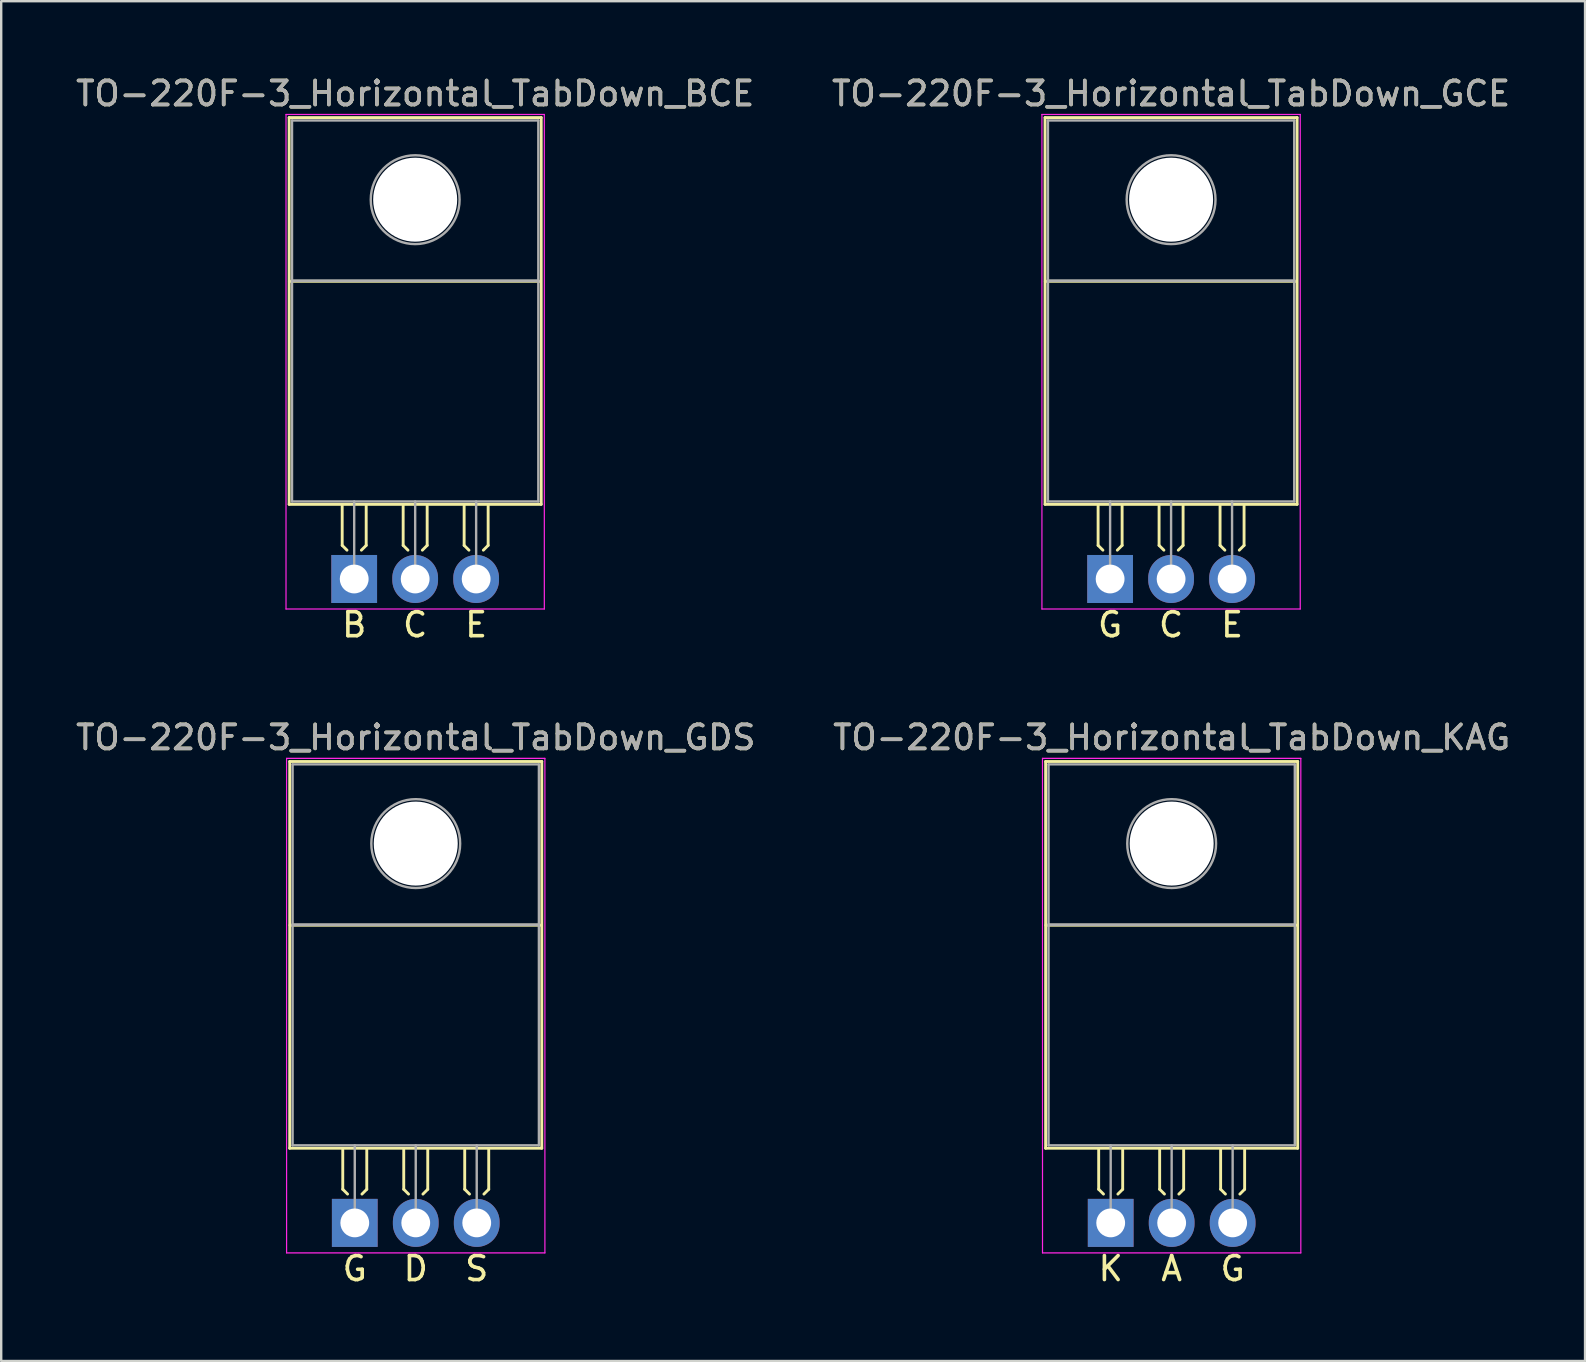
<source format=kicad_pcb>
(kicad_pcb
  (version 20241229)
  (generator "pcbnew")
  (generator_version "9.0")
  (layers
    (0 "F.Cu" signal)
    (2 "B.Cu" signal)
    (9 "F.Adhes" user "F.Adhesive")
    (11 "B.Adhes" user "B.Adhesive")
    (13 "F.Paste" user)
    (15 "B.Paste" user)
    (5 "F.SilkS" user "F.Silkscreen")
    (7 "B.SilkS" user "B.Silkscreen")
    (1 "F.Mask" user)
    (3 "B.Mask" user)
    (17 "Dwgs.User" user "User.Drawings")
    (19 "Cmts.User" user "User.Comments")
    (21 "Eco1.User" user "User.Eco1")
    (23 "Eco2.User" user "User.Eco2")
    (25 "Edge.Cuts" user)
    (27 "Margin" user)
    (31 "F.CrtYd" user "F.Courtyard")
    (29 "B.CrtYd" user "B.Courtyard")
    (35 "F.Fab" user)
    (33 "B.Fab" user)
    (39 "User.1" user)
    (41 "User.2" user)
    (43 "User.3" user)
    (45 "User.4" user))
  (footprint "TO-220F-3_Horizontal_TabDown_GDS"
    (layer "F.Cu")
    (at 11.728 47.89)
    (property "Reference" "TO-220F-3_Horizontal_TabDown_GDS" (at 2.54 -20.22 0) (layer "F.SilkS") (effects (font (size 1 1) (thickness 0.15))))
    (fp_line (start -2.71 -19.22) (end -2.71 -3.11) (stroke (width 0.12) (type solid)) (layer "F.SilkS"))
    (fp_line (start -2.71 -19.22) (end 7.79 -19.22) (stroke (width 0.12) (type solid)) (layer "F.SilkS"))
    (fp_line (start -2.71 -3.11) (end 7.79 -3.11) (stroke (width 0.12) (type solid)) (layer "F.SilkS"))
    (fp_line (start -2.7 -12.4) (end 7.75 -12.4) (stroke (width 0.12) (type solid)) (layer "F.SilkS"))
    (fp_line (start -0.5 -3.048) (end -0.5 -1.4) (stroke (width 0.12) (type solid)) (layer "F.SilkS"))
    (fp_line (start -0.5 -1.4) (end -0.3 -1.2) (stroke (width 0.12) (type solid)) (layer "F.SilkS"))
    (fp_line (start 0.5 -3.048) (end 0.5 -1.4) (stroke (width 0.12) (type solid)) (layer "F.SilkS"))
    (fp_line (start 0.5 -1.4) (end 0.3 -1.2) (stroke (width 0.12) (type solid)) (layer "F.SilkS"))
    (fp_line (start 2.04 -3.048) (end 2.04 -1.4) (stroke (width 0.12) (type solid)) (layer "F.SilkS"))
    (fp_line (start 2.04 -1.4) (end 2.24 -1.2) (stroke (width 0.12) (type solid)) (layer "F.SilkS"))
    (fp_line (start 3.04 -3.048) (end 3.04 -1.4) (stroke (width 0.12) (type solid)) (layer "F.SilkS"))
    (fp_line (start 3.04 -1.4) (end 2.84 -1.2) (stroke (width 0.12) (type solid)) (layer "F.SilkS"))
    (fp_line (start 4.58 -3.048) (end 4.58 -1.4) (stroke (width 0.12) (type solid)) (layer "F.SilkS"))
    (fp_line (start 4.58 -1.4) (end 4.78 -1.2) (stroke (width 0.12) (type solid)) (layer "F.SilkS"))
    (fp_line (start 5.58 -3.048) (end 5.58 -1.4) (stroke (width 0.12) (type solid)) (layer "F.SilkS"))
    (fp_line (start 5.58 -1.4) (end 5.38 -1.2) (stroke (width 0.12) (type solid)) (layer "F.SilkS"))
    (fp_line (start 7.79 -19.22) (end 7.79 -3.11) (stroke (width 0.12) (type solid)) (layer "F.SilkS"))
    (fp_line (start -2.84 -19.35) (end -2.84 1.25) (stroke (width 0.05) (type solid)) (layer "F.CrtYd"))
    (fp_line (start -2.84 1.25) (end 7.92 1.25) (stroke (width 0.05) (type solid)) (layer "F.CrtYd"))
    (fp_line (start 7.92 -19.35) (end -2.84 -19.35) (stroke (width 0.05) (type solid)) (layer "F.CrtYd"))
    (fp_line (start 7.92 1.25) (end 7.92 -19.35) (stroke (width 0.05) (type solid)) (layer "F.CrtYd"))
    (fp_line (start -2.59 -19.1) (end 7.67 -19.1) (stroke (width 0.1) (type solid)) (layer "F.Fab"))
    (fp_line (start -2.59 -12.42) (end -2.59 -19.1) (stroke (width 0.1) (type solid)) (layer "F.Fab"))
    (fp_line (start -2.59 -12.42) (end 7.67 -12.42) (stroke (width 0.1) (type solid)) (layer "F.Fab"))
    (fp_line (start -2.59 -3.23) (end -2.59 -12.42) (stroke (width 0.1) (type solid)) (layer "F.Fab"))
    (fp_line (start 0 -3.23) (end 0 0) (stroke (width 0.1) (type solid)) (layer "F.Fab"))
    (fp_line (start 2.54 -3.23) (end 2.54 0) (stroke (width 0.1) (type solid)) (layer "F.Fab"))
    (fp_line (start 5.08 -3.23) (end 5.08 0) (stroke (width 0.1) (type solid)) (layer "F.Fab"))
    (fp_line (start 7.67 -19.1) (end 7.67 -12.42) (stroke (width 0.1) (type solid)) (layer "F.Fab"))
    (fp_line (start 7.67 -12.42) (end -2.59 -12.42) (stroke (width 0.1) (type solid)) (layer "F.Fab"))
    (fp_line (start 7.67 -12.42) (end 7.67 -3.23) (stroke (width 0.1) (type solid)) (layer "F.Fab"))
    (fp_line (start 7.67 -3.23) (end -2.59 -3.23) (stroke (width 0.1) (type solid)) (layer "F.Fab"))
    (fp_circle (center 2.54 -15.8) (end 4.39 -15.8) (stroke (width 0.1) (type solid)) (fill no) (layer "F.Fab"))
    (fp_text user "S" (at 5.08 1.905 0) (unlocked yes) (layer "F.SilkS") (effects (font (size 1 1) (thickness 0.15))))
    (fp_text user "G" (at 0 1.905 0) (unlocked yes) (layer "F.SilkS") (effects (font (size 1 1) (thickness 0.15))))
    (fp_text user "D" (at 2.54 1.905 0) (unlocked yes) (layer "F.SilkS") (effects (font (size 1 1) (thickness 0.15))))
    (fp_text user "${REFERENCE}" (at 2.54 -20.22 0) (layer "F.Fab") (effects (font (size 1 1) (thickness 0.15))))
    (pad "" np_thru_hole oval (at 2.54 -15.8) (size 3.5 3.5) (drill 3.5) (layers "*.Cu" "*.Mask"))
    (pad "1" thru_hole rect (at 0 0) (size 1.905 2) (drill 1.2) (layers "*.Cu" "*.Mask"))
    (pad "2" thru_hole oval (at 2.54 0) (size 1.905 2) (drill 1.2) (layers "*.Cu" "*.Mask"))
    (pad "3" thru_hole oval (at 5.08 0) (size 1.905 2) (drill 1.2) (layers "*.Cu" "*.Mask")))
  (footprint "TO-220F-3_Horizontal_TabDown_KAG"
    (layer "F.Cu")
    (at 43.216 47.89)
    (property "Reference" "TO-220F-3_Horizontal_TabDown_KAG" (at 2.54 -20.22 0) (layer "F.SilkS") (effects (font (size 1 1) (thickness 0.15))))
    (fp_line (start -2.71 -19.22) (end -2.71 -3.11) (stroke (width 0.12) (type solid)) (layer "F.SilkS"))
    (fp_line (start -2.71 -19.22) (end 7.79 -19.22) (stroke (width 0.12) (type solid)) (layer "F.SilkS"))
    (fp_line (start -2.71 -3.11) (end 7.79 -3.11) (stroke (width 0.12) (type solid)) (layer "F.SilkS"))
    (fp_line (start -2.7 -12.4) (end 7.75 -12.4) (stroke (width 0.12) (type solid)) (layer "F.SilkS"))
    (fp_line (start -0.5 -3.048) (end -0.5 -1.4) (stroke (width 0.12) (type solid)) (layer "F.SilkS"))
    (fp_line (start -0.5 -1.4) (end -0.3 -1.2) (stroke (width 0.12) (type solid)) (layer "F.SilkS"))
    (fp_line (start 0.5 -3.048) (end 0.5 -1.4) (stroke (width 0.12) (type solid)) (layer "F.SilkS"))
    (fp_line (start 0.5 -1.4) (end 0.3 -1.2) (stroke (width 0.12) (type solid)) (layer "F.SilkS"))
    (fp_line (start 2.04 -3.048) (end 2.04 -1.4) (stroke (width 0.12) (type solid)) (layer "F.SilkS"))
    (fp_line (start 2.04 -1.4) (end 2.24 -1.2) (stroke (width 0.12) (type solid)) (layer "F.SilkS"))
    (fp_line (start 3.04 -3.048) (end 3.04 -1.4) (stroke (width 0.12) (type solid)) (layer "F.SilkS"))
    (fp_line (start 3.04 -1.4) (end 2.84 -1.2) (stroke (width 0.12) (type solid)) (layer "F.SilkS"))
    (fp_line (start 4.58 -3.048) (end 4.58 -1.4) (stroke (width 0.12) (type solid)) (layer "F.SilkS"))
    (fp_line (start 4.58 -1.4) (end 4.78 -1.2) (stroke (width 0.12) (type solid)) (layer "F.SilkS"))
    (fp_line (start 5.58 -3.048) (end 5.58 -1.4) (stroke (width 0.12) (type solid)) (layer "F.SilkS"))
    (fp_line (start 5.58 -1.4) (end 5.38 -1.2) (stroke (width 0.12) (type solid)) (layer "F.SilkS"))
    (fp_line (start 7.79 -19.22) (end 7.79 -3.11) (stroke (width 0.12) (type solid)) (layer "F.SilkS"))
    (fp_line (start -2.84 -19.35) (end -2.84 1.25) (stroke (width 0.05) (type solid)) (layer "F.CrtYd"))
    (fp_line (start -2.84 1.25) (end 7.92 1.25) (stroke (width 0.05) (type solid)) (layer "F.CrtYd"))
    (fp_line (start 7.92 -19.35) (end -2.84 -19.35) (stroke (width 0.05) (type solid)) (layer "F.CrtYd"))
    (fp_line (start 7.92 1.25) (end 7.92 -19.35) (stroke (width 0.05) (type solid)) (layer "F.CrtYd"))
    (fp_line (start -2.59 -19.1) (end 7.67 -19.1) (stroke (width 0.1) (type solid)) (layer "F.Fab"))
    (fp_line (start -2.59 -12.42) (end -2.59 -19.1) (stroke (width 0.1) (type solid)) (layer "F.Fab"))
    (fp_line (start -2.59 -12.42) (end 7.67 -12.42) (stroke (width 0.1) (type solid)) (layer "F.Fab"))
    (fp_line (start -2.59 -3.23) (end -2.59 -12.42) (stroke (width 0.1) (type solid)) (layer "F.Fab"))
    (fp_line (start 0 -3.23) (end 0 0) (stroke (width 0.1) (type solid)) (layer "F.Fab"))
    (fp_line (start 2.54 -3.23) (end 2.54 0) (stroke (width 0.1) (type solid)) (layer "F.Fab"))
    (fp_line (start 5.08 -3.23) (end 5.08 0) (stroke (width 0.1) (type solid)) (layer "F.Fab"))
    (fp_line (start 7.67 -19.1) (end 7.67 -12.42) (stroke (width 0.1) (type solid)) (layer "F.Fab"))
    (fp_line (start 7.67 -12.42) (end -2.59 -12.42) (stroke (width 0.1) (type solid)) (layer "F.Fab"))
    (fp_line (start 7.67 -12.42) (end 7.67 -3.23) (stroke (width 0.1) (type solid)) (layer "F.Fab"))
    (fp_line (start 7.67 -3.23) (end -2.59 -3.23) (stroke (width 0.1) (type solid)) (layer "F.Fab"))
    (fp_circle (center 2.54 -15.8) (end 4.39 -15.8) (stroke (width 0.1) (type solid)) (fill no) (layer "F.Fab"))
    (fp_text user "K" (at 0 1.905 0) (unlocked yes) (layer "F.SilkS") (effects (font (size 1 1) (thickness 0.15))))
    (fp_text user "G" (at 5.08 1.905 0) (unlocked yes) (layer "F.SilkS") (effects (font (size 1 1) (thickness 0.15))))
    (fp_text user "A" (at 2.54 1.905 0) (unlocked yes) (layer "F.SilkS") (effects (font (size 1 1) (thickness 0.15))))
    (fp_text user "${REFERENCE}" (at 2.54 -20.22 0) (layer "F.Fab") (effects (font (size 1 1) (thickness 0.15))))
    (pad "" np_thru_hole oval (at 2.54 -15.8) (size 3.5 3.5) (drill 3.5) (layers "*.Cu" "*.Mask"))
    (pad "1" thru_hole rect (at 0 0) (size 1.905 2) (drill 1.2) (layers "*.Cu" "*.Mask"))
    (pad "2" thru_hole oval (at 2.54 0) (size 1.905 2) (drill 1.2) (layers "*.Cu" "*.Mask"))
    (pad "3" thru_hole oval (at 5.08 0) (size 1.905 2) (drill 1.2) (layers "*.Cu" "*.Mask")))
  (footprint "TO-220F-3_Horizontal_TabDown_BCE"
    (layer "F.Cu")
    (at 11.704 21.068)
    (property "Reference" "TO-220F-3_Horizontal_TabDown_BCE" (at 2.54 -20.22 0) (layer "F.SilkS") (effects (font (size 1 1) (thickness 0.15))))
    (fp_line (start -2.71 -19.22) (end -2.71 -3.11) (stroke (width 0.12) (type solid)) (layer "F.SilkS"))
    (fp_line (start -2.71 -19.22) (end 7.79 -19.22) (stroke (width 0.12) (type solid)) (layer "F.SilkS"))
    (fp_line (start -2.71 -3.11) (end 7.79 -3.11) (stroke (width 0.12) (type solid)) (layer "F.SilkS"))
    (fp_line (start -2.7 -12.4) (end 7.75 -12.4) (stroke (width 0.12) (type solid)) (layer "F.SilkS"))
    (fp_line (start -0.5 -3.048) (end -0.5 -1.4) (stroke (width 0.12) (type solid)) (layer "F.SilkS"))
    (fp_line (start -0.5 -1.4) (end -0.3 -1.2) (stroke (width 0.12) (type solid)) (layer "F.SilkS"))
    (fp_line (start 0.5 -3.048) (end 0.5 -1.4) (stroke (width 0.12) (type solid)) (layer "F.SilkS"))
    (fp_line (start 0.5 -1.4) (end 0.3 -1.2) (stroke (width 0.12) (type solid)) (layer "F.SilkS"))
    (fp_line (start 2.04 -3.048) (end 2.04 -1.4) (stroke (width 0.12) (type solid)) (layer "F.SilkS"))
    (fp_line (start 2.04 -1.4) (end 2.24 -1.2) (stroke (width 0.12) (type solid)) (layer "F.SilkS"))
    (fp_line (start 3.04 -3.048) (end 3.04 -1.4) (stroke (width 0.12) (type solid)) (layer "F.SilkS"))
    (fp_line (start 3.04 -1.4) (end 2.84 -1.2) (stroke (width 0.12) (type solid)) (layer "F.SilkS"))
    (fp_line (start 4.58 -3.048) (end 4.58 -1.4) (stroke (width 0.12) (type solid)) (layer "F.SilkS"))
    (fp_line (start 4.58 -1.4) (end 4.78 -1.2) (stroke (width 0.12) (type solid)) (layer "F.SilkS"))
    (fp_line (start 5.58 -3.048) (end 5.58 -1.4) (stroke (width 0.12) (type solid)) (layer "F.SilkS"))
    (fp_line (start 5.58 -1.4) (end 5.38 -1.2) (stroke (width 0.12) (type solid)) (layer "F.SilkS"))
    (fp_line (start 7.79 -19.22) (end 7.79 -3.11) (stroke (width 0.12) (type solid)) (layer "F.SilkS"))
    (fp_line (start -2.84 -19.35) (end -2.84 1.25) (stroke (width 0.05) (type solid)) (layer "F.CrtYd"))
    (fp_line (start -2.84 1.25) (end 7.92 1.25) (stroke (width 0.05) (type solid)) (layer "F.CrtYd"))
    (fp_line (start 7.92 -19.35) (end -2.84 -19.35) (stroke (width 0.05) (type solid)) (layer "F.CrtYd"))
    (fp_line (start 7.92 1.25) (end 7.92 -19.35) (stroke (width 0.05) (type solid)) (layer "F.CrtYd"))
    (fp_line (start -2.59 -19.1) (end 7.67 -19.1) (stroke (width 0.1) (type solid)) (layer "F.Fab"))
    (fp_line (start -2.59 -12.42) (end -2.59 -19.1) (stroke (width 0.1) (type solid)) (layer "F.Fab"))
    (fp_line (start -2.59 -12.42) (end 7.67 -12.42) (stroke (width 0.1) (type solid)) (layer "F.Fab"))
    (fp_line (start -2.59 -3.23) (end -2.59 -12.42) (stroke (width 0.1) (type solid)) (layer "F.Fab"))
    (fp_line (start 0 -3.23) (end 0 0) (stroke (width 0.1) (type solid)) (layer "F.Fab"))
    (fp_line (start 2.54 -3.23) (end 2.54 0) (stroke (width 0.1) (type solid)) (layer "F.Fab"))
    (fp_line (start 5.08 -3.23) (end 5.08 0) (stroke (width 0.1) (type solid)) (layer "F.Fab"))
    (fp_line (start 7.67 -19.1) (end 7.67 -12.42) (stroke (width 0.1) (type solid)) (layer "F.Fab"))
    (fp_line (start 7.67 -12.42) (end -2.59 -12.42) (stroke (width 0.1) (type solid)) (layer "F.Fab"))
    (fp_line (start 7.67 -12.42) (end 7.67 -3.23) (stroke (width 0.1) (type solid)) (layer "F.Fab"))
    (fp_line (start 7.67 -3.23) (end -2.59 -3.23) (stroke (width 0.1) (type solid)) (layer "F.Fab"))
    (fp_circle (center 2.54 -15.8) (end 4.39 -15.8) (stroke (width 0.1) (type solid)) (fill no) (layer "F.Fab"))
    (fp_text user "B" (at 0 1.905 0) (unlocked yes) (layer "F.SilkS") (effects (font (size 1 1) (thickness 0.15))))
    (fp_text user "E" (at 5.08 1.905 0) (unlocked yes) (layer "F.SilkS") (effects (font (size 1 1) (thickness 0.15))))
    (fp_text user "C" (at 2.54 1.905 0) (unlocked yes) (layer "F.SilkS") (effects (font (size 1 1) (thickness 0.15))))
    (fp_text user "${REFERENCE}" (at 2.54 -20.22 0) (layer "F.Fab") (effects (font (size 1 1) (thickness 0.15))))
    (pad "" np_thru_hole oval (at 2.54 -15.8) (size 3.5 3.5) (drill 3.5) (layers "*.Cu" "*.Mask"))
    (pad "1" thru_hole rect (at 0 0) (size 1.905 2) (drill 1.2) (layers "*.Cu" "*.Mask"))
    (pad "2" thru_hole oval (at 2.54 0) (size 1.905 2) (drill 1.2) (layers "*.Cu" "*.Mask"))
    (pad "3" thru_hole oval (at 5.08 0) (size 1.905 2) (drill 1.2) (layers "*.Cu" "*.Mask")))
  (footprint "TO-220F-3_Horizontal_TabDown_GCE"
    (layer "F.Cu")
    (at 43.192 21.068)
    (property "Reference" "TO-220F-3_Horizontal_TabDown_GCE" (at 2.54 -20.22 0) (layer "F.SilkS") (effects (font (size 1 1) (thickness 0.15))))
    (fp_line (start -2.71 -19.22) (end -2.71 -3.11) (stroke (width 0.12) (type solid)) (layer "F.SilkS"))
    (fp_line (start -2.71 -19.22) (end 7.79 -19.22) (stroke (width 0.12) (type solid)) (layer "F.SilkS"))
    (fp_line (start -2.71 -3.11) (end 7.79 -3.11) (stroke (width 0.12) (type solid)) (layer "F.SilkS"))
    (fp_line (start -2.7 -12.4) (end 7.75 -12.4) (stroke (width 0.12) (type solid)) (layer "F.SilkS"))
    (fp_line (start -0.5 -3.048) (end -0.5 -1.4) (stroke (width 0.12) (type solid)) (layer "F.SilkS"))
    (fp_line (start -0.5 -1.4) (end -0.3 -1.2) (stroke (width 0.12) (type solid)) (layer "F.SilkS"))
    (fp_line (start 0.5 -3.048) (end 0.5 -1.4) (stroke (width 0.12) (type solid)) (layer "F.SilkS"))
    (fp_line (start 0.5 -1.4) (end 0.3 -1.2) (stroke (width 0.12) (type solid)) (layer "F.SilkS"))
    (fp_line (start 2.04 -3.048) (end 2.04 -1.4) (stroke (width 0.12) (type solid)) (layer "F.SilkS"))
    (fp_line (start 2.04 -1.4) (end 2.24 -1.2) (stroke (width 0.12) (type solid)) (layer "F.SilkS"))
    (fp_line (start 3.04 -3.048) (end 3.04 -1.4) (stroke (width 0.12) (type solid)) (layer "F.SilkS"))
    (fp_line (start 3.04 -1.4) (end 2.84 -1.2) (stroke (width 0.12) (type solid)) (layer "F.SilkS"))
    (fp_line (start 4.58 -3.048) (end 4.58 -1.4) (stroke (width 0.12) (type solid)) (layer "F.SilkS"))
    (fp_line (start 4.58 -1.4) (end 4.78 -1.2) (stroke (width 0.12) (type solid)) (layer "F.SilkS"))
    (fp_line (start 5.58 -3.048) (end 5.58 -1.4) (stroke (width 0.12) (type solid)) (layer "F.SilkS"))
    (fp_line (start 5.58 -1.4) (end 5.38 -1.2) (stroke (width 0.12) (type solid)) (layer "F.SilkS"))
    (fp_line (start 7.79 -19.22) (end 7.79 -3.11) (stroke (width 0.12) (type solid)) (layer "F.SilkS"))
    (fp_line (start -2.84 -19.35) (end -2.84 1.25) (stroke (width 0.05) (type solid)) (layer "F.CrtYd"))
    (fp_line (start -2.84 1.25) (end 7.92 1.25) (stroke (width 0.05) (type solid)) (layer "F.CrtYd"))
    (fp_line (start 7.92 -19.35) (end -2.84 -19.35) (stroke (width 0.05) (type solid)) (layer "F.CrtYd"))
    (fp_line (start 7.92 1.25) (end 7.92 -19.35) (stroke (width 0.05) (type solid)) (layer "F.CrtYd"))
    (fp_line (start -2.59 -19.1) (end 7.67 -19.1) (stroke (width 0.1) (type solid)) (layer "F.Fab"))
    (fp_line (start -2.59 -12.42) (end -2.59 -19.1) (stroke (width 0.1) (type solid)) (layer "F.Fab"))
    (fp_line (start -2.59 -12.42) (end 7.67 -12.42) (stroke (width 0.1) (type solid)) (layer "F.Fab"))
    (fp_line (start -2.59 -3.23) (end -2.59 -12.42) (stroke (width 0.1) (type solid)) (layer "F.Fab"))
    (fp_line (start 0 -3.23) (end 0 0) (stroke (width 0.1) (type solid)) (layer "F.Fab"))
    (fp_line (start 2.54 -3.23) (end 2.54 0) (stroke (width 0.1) (type solid)) (layer "F.Fab"))
    (fp_line (start 5.08 -3.23) (end 5.08 0) (stroke (width 0.1) (type solid)) (layer "F.Fab"))
    (fp_line (start 7.67 -19.1) (end 7.67 -12.42) (stroke (width 0.1) (type solid)) (layer "F.Fab"))
    (fp_line (start 7.67 -12.42) (end -2.59 -12.42) (stroke (width 0.1) (type solid)) (layer "F.Fab"))
    (fp_line (start 7.67 -12.42) (end 7.67 -3.23) (stroke (width 0.1) (type solid)) (layer "F.Fab"))
    (fp_line (start 7.67 -3.23) (end -2.59 -3.23) (stroke (width 0.1) (type solid)) (layer "F.Fab"))
    (fp_circle (center 2.54 -15.8) (end 4.39 -15.8) (stroke (width 0.1) (type solid)) (fill no) (layer "F.Fab"))
    (fp_text user "E" (at 5.08 1.905 0) (unlocked yes) (layer "F.SilkS") (effects (font (size 1 1) (thickness 0.15))))
    (fp_text user "C" (at 2.54 1.905 0) (unlocked yes) (layer "F.SilkS") (effects (font (size 1 1) (thickness 0.15))))
    (fp_text user "G" (at 0 1.905 0) (unlocked yes) (layer "F.SilkS") (effects (font (size 1 1) (thickness 0.15))))
    (fp_text user "${REFERENCE}" (at 2.54 -20.22 0) (layer "F.Fab") (effects (font (size 1 1) (thickness 0.15))))
    (pad "" np_thru_hole oval (at 2.54 -15.8) (size 3.5 3.5) (drill 3.5) (layers "*.Cu" "*.Mask"))
    (pad "1" thru_hole rect (at 0 0) (size 1.905 2) (drill 1.2) (layers "*.Cu" "*.Mask"))
    (pad "2" thru_hole oval (at 2.54 0) (size 1.905 2) (drill 1.2) (layers "*.Cu" "*.Mask"))
    (pad "3" thru_hole oval (at 5.08 0) (size 1.905 2) (drill 1.2) (layers "*.Cu" "*.Mask")))
  (gr_rect
    (start -3 -3)
    (end 62.976 53.643)
    (stroke (width 0.1) (type default))
    (fill no)
    (layer "Edge.Cuts")))
</source>
